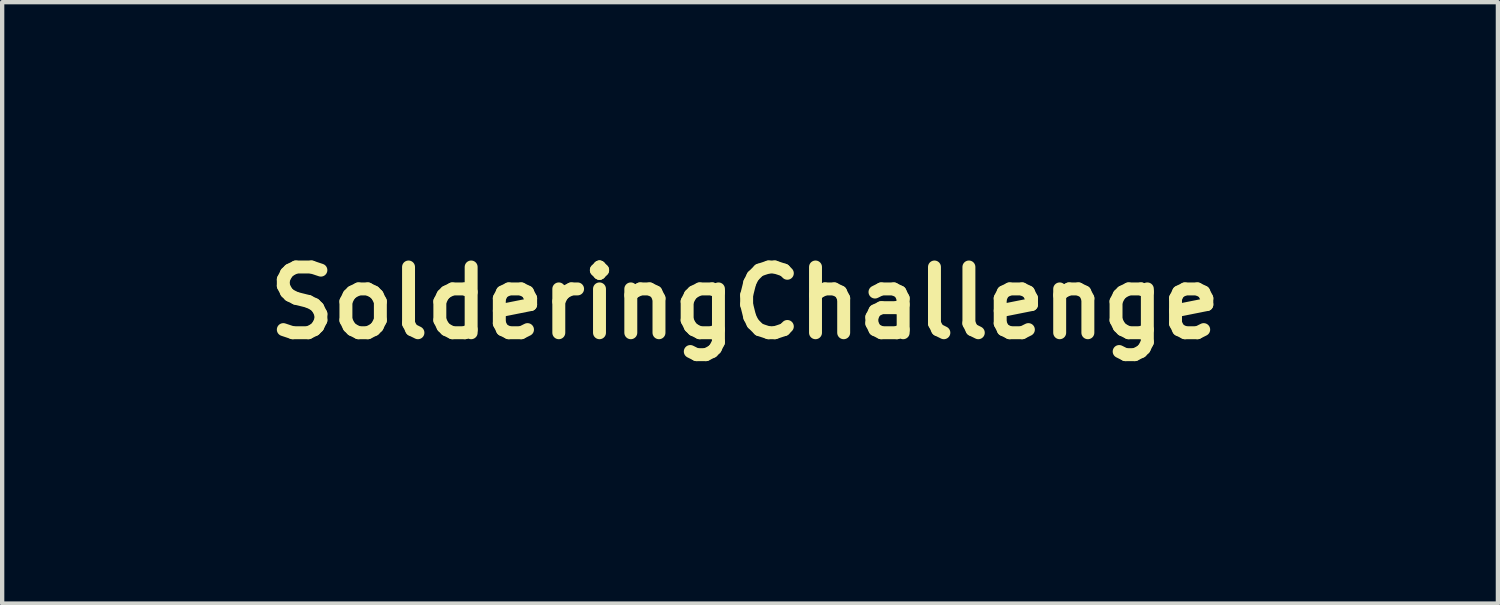
<source format=kicad_pcb>
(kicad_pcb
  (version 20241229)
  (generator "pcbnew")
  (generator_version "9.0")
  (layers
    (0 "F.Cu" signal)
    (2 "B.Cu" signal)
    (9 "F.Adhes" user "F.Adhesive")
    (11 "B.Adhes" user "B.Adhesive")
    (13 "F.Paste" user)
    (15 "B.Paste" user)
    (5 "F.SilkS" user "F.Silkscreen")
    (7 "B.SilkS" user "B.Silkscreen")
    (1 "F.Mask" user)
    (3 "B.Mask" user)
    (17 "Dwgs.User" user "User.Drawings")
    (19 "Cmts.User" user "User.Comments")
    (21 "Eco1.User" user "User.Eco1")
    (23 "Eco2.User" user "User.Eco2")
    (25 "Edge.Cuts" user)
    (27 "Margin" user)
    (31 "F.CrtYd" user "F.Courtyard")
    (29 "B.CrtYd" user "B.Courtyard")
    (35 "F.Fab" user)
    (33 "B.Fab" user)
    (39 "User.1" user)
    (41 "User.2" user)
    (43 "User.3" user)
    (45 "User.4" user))
  (footprint "SolderingChallenge"
    (layer "F.Cu")
    (at 14.222 3.974)
    (property "Reference" "SolderingChallenge" (at 0 0 0) (layer "F.SilkS") (effects (font (size 1.524 1.524) (thickness 0.3))))
    (attr through_hole)
    (fp_poly (pts (xy -3.651 -0.476) (xy -4.842 -0.476) (xy -4.842 -3.81) (xy -3.651 -3.81) (xy -3.651 -0.476)) (stroke (width 0.01) (type solid)) (fill yes) (layer "F.Mask"))
    (fp_poly (pts (xy 3.175 3.81) (xy 1.984 3.81) (xy 1.984 0.476) (xy 3.175 0.476) (xy 3.175 3.81)) (stroke (width 0.01) (type solid)) (fill yes) (layer "F.Mask"))
    (fp_poly (pts (xy 13.97 2.034) (xy 13.936 2.51) (xy 13.829 2.679) (xy 13.645 2.546) (xy 13.529 2.378) (xy 13.419 2.106) (xy 13.524 1.858) (xy 13.649 1.713) (xy 13.97 1.369) (xy 13.97 2.034)) (stroke (width 0.01) (type solid)) (fill yes) (layer "F.Mask"))
    (fp_poly (pts (xy 14.253 0.5) (xy 14.413 0.626) (xy 14.446 0.93) (xy 14.446 0.953) (xy 14.418 1.286) (xy 14.306 1.379) (xy 14.067 1.23) (xy 13.752 0.932) (xy 13.295 0.476) (xy 13.871 0.476) (xy 14.253 0.5)) (stroke (width 0.01) (type solid)) (fill yes) (layer "F.Mask"))
    (fp_poly (pts (xy 0.597 -2.58) (xy 0.624 -2.123) (xy 0.606 -1.879) (xy 0.547 -1.641) (xy 0.428 -1.695) (xy 0.334 -1.804) (xy 0.197 -2.051) (xy 0.247 -2.336) (xy 0.325 -2.505) (xy 0.475 -2.79) (xy 0.548 -2.805) (xy 0.597 -2.58)) (stroke (width 0.01) (type solid)) (fill yes) (layer "F.Mask"))
    (fp_poly (pts (xy 0.967 -3.773) (xy 1.095 -3.595) (xy 1.111 -3.334) (xy 1.1 -3.002) (xy 1.072 -2.865) (xy 1.072 -2.865) (xy 0.948 -2.973) (xy 0.688 -3.234) (xy 0.585 -3.341) (xy 0.139 -3.81) (xy 0.625 -3.81) (xy 0.967 -3.773)) (stroke (width 0.01) (type solid)) (fill yes) (layer "F.Mask"))
    (fp_poly (pts (xy 1.092 -1.312) (xy 1.106 -0.992) (xy 1.08 -0.638) (xy 0.924 -0.501) (xy 0.595 -0.481) (xy 0.263 -0.498) (xy 0.207 -0.564) (xy 0.37 -0.707) (xy 0.716 -1.026) (xy 0.881 -1.217) (xy 1.03 -1.384) (xy 1.092 -1.312)) (stroke (width 0.01) (type solid)) (fill yes) (layer "F.Mask"))
    (fp_poly (pts (xy 4.301 0.514) (xy 4.429 0.691) (xy 4.445 0.953) (xy 4.434 1.285) (xy 4.406 1.421) (xy 4.405 1.421) (xy 4.282 1.313) (xy 4.022 1.052) (xy 3.919 0.945) (xy 3.473 0.476) (xy 3.959 0.476) (xy 4.301 0.514)) (stroke (width 0.01) (type solid)) (fill yes) (layer "F.Mask"))
    (fp_poly (pts (xy 4.426 2.974) (xy 4.44 3.294) (xy 4.413 3.648) (xy 4.258 3.786) (xy 3.929 3.805) (xy 3.596 3.789) (xy 3.541 3.723) (xy 3.704 3.58) (xy 4.05 3.261) (xy 4.215 3.069) (xy 4.364 2.902) (xy 4.426 2.974)) (stroke (width 0.01) (type solid)) (fill yes) (layer "F.Mask"))
    (fp_poly (pts (xy 14.426 2.996) (xy 14.446 3.329) (xy 14.446 3.334) (xy 14.414 3.656) (xy 14.253 3.787) (xy 13.903 3.81) (xy 13.359 3.81) (xy 13.836 3.334) (xy 14.143 3.041) (xy 14.347 2.873) (xy 14.379 2.857) (xy 14.426 2.996)) (stroke (width 0.01) (type solid)) (fill yes) (layer "F.Mask"))
    (fp_poly (pts (xy -11.589 3.165) (xy -11.589 3.178) (xy -11.71 3.486) (xy -11.942 3.722) (xy -12.299 3.927) (xy -12.51 3.959) (xy -12.541 3.902) (xy -12.44 3.759) (xy -12.185 3.48) (xy -12.065 3.358) (xy -11.767 3.081) (xy -11.626 3.023) (xy -11.589 3.165)) (stroke (width 0.01) (type solid)) (fill yes) (layer "F.Mask"))
    (fp_poly (pts (xy 0.37 0.493) (xy 0.555 0.551) (xy 0.51 0.665) (xy 0.508 0.667) (xy 0.406 0.938) (xy 0.341 1.491) (xy 0.318 2.291) (xy 0.318 2.334) (xy 0.318 3.81) (xy -0.873 3.81) (xy -0.873 0.476) (xy -0.087 0.476) (xy 0.37 0.493)) (stroke (width 0.01) (type solid)) (fill yes) (layer "F.Mask"))
    (fp_poly (pts (xy 3.967 1.762) (xy 3.969 2.108) (xy 3.959 2.546) (xy 3.933 2.816) (xy 3.916 2.857) (xy 3.812 2.735) (xy 3.659 2.475) (xy 3.539 2.14) (xy 3.634 1.843) (xy 3.712 1.725) (xy 3.866 1.521) (xy 3.942 1.519) (xy 3.967 1.762)) (stroke (width 0.01) (type solid)) (fill yes) (layer "F.Mask"))
    (fp_poly (pts (xy -5.263 -1.483) (xy -5.245 -1.169) (xy -5.244 -1.072) (xy -5.262 -0.682) (xy -5.377 -0.515) (xy -5.668 -0.477) (xy -5.743 -0.476) (xy -6.075 -0.49) (xy -6.134 -0.567) (xy -5.974 -0.754) (xy -5.649 -1.122) (xy -5.475 -1.349) (xy -5.328 -1.529) (xy -5.263 -1.483)) (stroke (width 0.01) (type solid)) (fill yes) (layer "F.Mask"))
    (fp_poly (pts (xy 1.563 2.803) (xy 1.581 3.118) (xy 1.582 3.215) (xy 1.565 3.605) (xy 1.45 3.772) (xy 1.159 3.81) (xy 1.083 3.81) (xy 0.752 3.796) (xy 0.692 3.719) (xy 0.853 3.532) (xy 1.177 3.164) (xy 1.352 2.937) (xy 1.498 2.757) (xy 1.563 2.803)) (stroke (width 0.01) (type solid)) (fill yes) (layer "F.Mask"))
    (fp_poly (pts (xy -11.911 -3.862) (xy -11.778 -3.716) (xy -11.748 -3.359) (xy -11.748 -3.294) (xy -11.774 -2.852) (xy -11.853 -2.722) (xy -11.985 -2.904) (xy -12.067 -3.1) (xy -12.265 -3.435) (xy -12.459 -3.593) (xy -12.684 -3.732) (xy -12.613 -3.841) (xy -12.271 -3.889) (xy -12.224 -3.889) (xy -11.911 -3.862)) (stroke (width 0.01) (type solid)) (fill yes) (layer "F.Mask"))
    (fp_poly (pts (xy 13.461 -3.868) (xy 13.616 -3.74) (xy 13.652 -3.411) (xy 13.652 -3.294) (xy 13.61 -2.856) (xy 13.493 -2.718) (xy 13.316 -2.884) (xy 13.203 -3.1) (xy 12.985 -3.432) (xy 12.781 -3.593) (xy 12.556 -3.73) (xy 12.627 -3.835) (xy 12.971 -3.887) (xy 13.097 -3.889) (xy 13.461 -3.868)) (stroke (width 0.01) (type solid)) (fill yes) (layer "F.Mask"))
    (fp_poly (pts (xy -13.827 -1.46) (xy -13.811 -1.361) (xy -13.696 -1.112) (xy -13.417 -0.824) (xy -13.409 -0.818) (xy -13.151 -0.567) (xy -13.178 -0.438) (xy -13.498 -0.421) (xy -13.692 -0.441) (xy -13.991 -0.523) (xy -14.111 -0.733) (xy -14.129 -1.042) (xy -14.088 -1.405) (xy -13.989 -1.584) (xy -13.97 -1.587) (xy -13.827 -1.46)) (stroke (width 0.01) (type solid)) (fill yes) (layer "F.Mask"))
    (fp_poly (pts (xy -1.321 2.845) (xy -1.271 3.169) (xy -1.27 3.245) (xy -1.294 3.621) (xy -1.424 3.775) (xy -1.748 3.802) (xy -1.786 3.802) (xy -2.128 3.788) (xy -2.183 3.728) (xy -1.984 3.572) (xy -1.945 3.544) (xy -1.679 3.289) (xy -1.587 3.086) (xy -1.482 2.824) (xy -1.429 2.778) (xy -1.321 2.845)) (stroke (width 0.01) (type solid)) (fill yes) (layer "F.Mask"))
    (fp_poly (pts (xy 7.922 -1.78) (xy 8.022 -1.13) (xy 8.169 -0.726) (xy 8.255 -0.632) (xy 8.328 -0.533) (xy 8.126 -0.486) (xy 7.873 -0.479) (xy 7.485 -0.488) (xy 7.363 -0.547) (xy 7.456 -0.699) (xy 7.516 -0.767) (xy 7.708 -1.171) (xy 7.799 -1.821) (xy 7.803 -1.918) (xy 7.827 -2.778) (xy 7.922 -1.78)) (stroke (width 0.01) (type solid)) (fill yes) (layer "F.Mask"))
    (fp_poly (pts (xy 10.597 0.402) (xy 10.996 0.456) (xy 11.18 0.605) (xy 11.244 0.873) (xy 11.234 1.305) (xy 11.101 1.482) (xy 10.892 1.38) (xy 10.725 1.129) (xy 10.492 0.797) (xy 10.26 0.638) (xy 10.235 0.635) (xy 10.026 0.561) (xy 10.001 0.501) (xy 10.141 0.423) (xy 10.487 0.397) (xy 10.597 0.402)) (stroke (width 0.01) (type solid)) (fill yes) (layer "F.Mask"))
    (fp_poly (pts (xy 11.162 2.818) (xy 11.015 3.379) (xy 10.742 3.713) (xy 10.377 3.877) (xy 10.175 3.914) (xy 10.09 3.817) (xy 10.094 3.515) (xy 10.122 3.243) (xy 10.143 2.714) (xy 10.049 2.425) (xy 9.984 2.367) (xy 9.965 2.277) (xy 10.256 2.231) (xy 10.507 2.225) (xy 11.251 2.223) (xy 11.162 2.818)) (stroke (width 0.01) (type solid)) (fill yes) (layer "F.Mask"))
    (fp_poly (pts (xy 13.176 3.81) (xy 12.43 3.81) (xy 11.99 3.793) (xy 11.822 3.732) (xy 11.874 3.619) (xy 11.978 3.351) (xy 12.044 2.824) (xy 12.065 2.143) (xy 12.041 1.423) (xy 11.972 0.909) (xy 11.874 0.667) (xy 11.825 0.55) (xy 12.007 0.491) (xy 12.43 0.476) (xy 13.176 0.476) (xy 13.176 3.81)) (stroke (width 0.01) (type solid)) (fill yes) (layer "F.Mask"))
    (fp_poly (pts (xy -11.766 0.42) (xy -11.629 0.547) (xy -11.59 0.867) (xy -11.589 1.072) (xy -11.601 1.484) (xy -11.633 1.722) (xy -11.649 1.746) (xy -11.744 1.617) (xy -11.893 1.303) (xy -11.902 1.281) (xy -12.104 0.927) (xy -12.318 0.731) (xy -12.531 0.586) (xy -12.46 0.461) (xy -12.136 0.398) (xy -12.065 0.397) (xy -11.766 0.42)) (stroke (width 0.01) (type solid)) (fill yes) (layer "F.Mask"))
    (fp_poly (pts (xy 10.33 -3.784) (xy 10.4 -3.689) (xy 10.349 -3.608) (xy 10.236 -3.334) (xy 10.15 -2.884) (xy 10.131 -2.696) (xy 10.084 -2.289) (xy 10.019 -2.184) (xy 9.962 -2.275) (xy 9.869 -2.659) (xy 9.842 -2.997) (xy 9.776 -3.39) (xy 9.652 -3.62) (xy 9.588 -3.75) (xy 9.775 -3.804) (xy 9.989 -3.81) (xy 10.33 -3.784)) (stroke (width 0.01) (type solid)) (fill yes) (layer "F.Mask"))
    (fp_poly (pts (xy -9.631 0.493) (xy -9.447 0.551) (xy -9.491 0.665) (xy -9.493 0.667) (xy -9.591 0.915) (xy -9.656 1.372) (xy -9.687 1.95) (xy -9.685 2.559) (xy -9.65 3.114) (xy -9.582 3.526) (xy -9.485 3.705) (xy -9.51 3.752) (xy -9.787 3.786) (xy -10.081 3.797) (xy -10.874 3.81) (xy -10.874 0.476) (xy -10.089 0.476) (xy -9.631 0.493)) (stroke (width 0.01) (type solid)) (fill yes) (layer "F.Mask"))
    (fp_poly (pts (xy -0.159 -0.476) (xy -0.913 -0.489) (xy -1.307 -0.51) (xy -1.489 -0.551) (xy -1.468 -0.581) (xy -1.363 -0.752) (xy -1.299 -1.178) (xy -1.271 -1.886) (xy -1.27 -2.143) (xy -1.287 -2.936) (xy -1.341 -3.44) (xy -1.434 -3.681) (xy -1.468 -3.705) (xy -1.446 -3.753) (xy -1.173 -3.787) (xy -0.913 -3.797) (xy -0.159 -3.81) (xy -0.159 -0.476)) (stroke (width 0.01) (type solid)) (fill yes) (layer "F.Mask"))
    (fp_poly (pts (xy -9.993 -3.82) (xy -9.955 -3.417) (xy -9.93 -2.822) (xy -9.922 -2.143) (xy -9.922 -0.328) (xy -10.047 -0.387) (xy -10.239 -0.468) (xy -10.775 -0.82) (xy -11.086 -1.366) (xy -11.192 -2.134) (xy -11.192 -2.173) (xy -11.171 -2.706) (xy -11.073 -3.052) (xy -10.849 -3.341) (xy -10.673 -3.506) (xy -10.332 -3.788) (xy -10.088 -3.952) (xy -10.038 -3.969) (xy -9.993 -3.82)) (stroke (width 0.01) (type solid)) (fill yes) (layer "F.Mask"))
    (fp_poly (pts (xy -9.168 -3.88) (xy -8.863 -3.664) (xy -8.836 -3.643) (xy -8.408 -3.134) (xy -8.194 -2.508) (xy -8.185 -1.843) (xy -8.371 -1.219) (xy -8.744 -0.717) (xy -9.207 -0.441) (xy -9.311 -0.447) (xy -9.381 -0.581) (xy -9.422 -0.894) (xy -9.441 -1.431) (xy -9.446 -2.163) (xy -9.438 -2.878) (xy -9.416 -3.459) (xy -9.384 -3.843) (xy -9.348 -3.969) (xy -9.168 -3.88)) (stroke (width 0.01) (type solid)) (fill yes) (layer "F.Mask"))
    (fp_poly (pts (xy -6.321 -2.143) (xy -6.37 -0.476) (xy -7.106 -0.476) (xy -7.542 -0.494) (xy -7.706 -0.556) (xy -7.652 -0.667) (xy -7.551 -0.927) (xy -7.487 -1.405) (xy -7.461 -2.003) (xy -7.471 -2.623) (xy -7.518 -3.166) (xy -7.602 -3.536) (xy -7.652 -3.62) (xy -7.699 -3.734) (xy -7.518 -3.793) (xy -7.065 -3.81) (xy -7.056 -3.81) (xy -6.271 -3.811) (xy -6.321 -2.143)) (stroke (width 0.01) (type solid)) (fill yes) (layer "F.Mask"))
    (fp_poly (pts (xy -2.352 2.143) (xy -2.402 3.81) (xy -3.138 3.81) (xy -3.574 3.793) (xy -3.737 3.73) (xy -3.683 3.619) (xy -3.582 3.359) (xy -3.519 2.881) (xy -3.492 2.283) (xy -3.502 1.664) (xy -3.549 1.12) (xy -3.633 0.75) (xy -3.683 0.667) (xy -3.731 0.552) (xy -3.55 0.493) (xy -3.096 0.476) (xy -3.088 0.476) (xy -2.302 0.476) (xy -2.352 2.143)) (stroke (width 0.01) (type solid)) (fill yes) (layer "F.Mask"))
    (fp_poly (pts (xy 5.484 1.709) (xy 5.541 2.125) (xy 5.556 2.518) (xy 5.588 3.049) (xy 5.669 3.461) (xy 5.747 3.619) (xy 5.81 3.749) (xy 5.623 3.803) (xy 5.397 3.81) (xy 5.055 3.787) (xy 4.985 3.701) (xy 5.048 3.619) (xy 5.152 3.361) (xy 5.22 2.884) (xy 5.239 2.42) (xy 5.261 1.853) (xy 5.325 1.547) (xy 5.397 1.508) (xy 5.484 1.709)) (stroke (width 0.01) (type solid)) (fill yes) (layer "F.Mask"))
    (fp_poly (pts (xy 6.747 -0.476) (xy 5.961 -0.476) (xy 5.504 -0.493) (xy 5.319 -0.551) (xy 5.364 -0.665) (xy 5.366 -0.667) (xy 5.466 -0.927) (xy 5.53 -1.405) (xy 5.557 -2.003) (xy 5.547 -2.623) (xy 5.499 -3.166) (xy 5.415 -3.536) (xy 5.366 -3.62) (xy 5.318 -3.734) (xy 5.499 -3.793) (xy 5.952 -3.81) (xy 5.961 -3.81) (xy 6.747 -3.81) (xy 6.747 -0.476)) (stroke (width 0.01) (type solid)) (fill yes) (layer "F.Mask"))
    (fp_poly (pts (xy 7.948 0.502) (xy 8.019 0.597) (xy 7.968 0.678) (xy 7.852 0.954) (xy 7.766 1.402) (xy 7.75 1.566) (xy 7.696 1.952) (xy 7.618 2.136) (xy 7.58 2.132) (xy 7.501 1.905) (xy 7.462 1.506) (xy 7.461 1.434) (xy 7.412 0.997) (xy 7.29 0.689) (xy 7.271 0.667) (xy 7.207 0.537) (xy 7.394 0.482) (xy 7.608 0.476) (xy 7.948 0.502)) (stroke (width 0.01) (type solid)) (fill yes) (layer "F.Mask"))
    (fp_poly (pts (xy -13.017 0.525) (xy -12.969 0.763) (xy -12.946 1.2) (xy -12.938 1.887) (xy -12.938 2.168) (xy -12.945 2.881) (xy -12.962 3.459) (xy -12.989 3.84) (xy -13.018 3.962) (xy -13.199 3.89) (xy -13.521 3.726) (xy -13.922 3.348) (xy -14.152 2.802) (xy -14.217 2.168) (xy -14.127 1.531) (xy -13.887 0.97) (xy -13.506 0.569) (xy -13.22 0.442) (xy -13.098 0.435) (xy -13.017 0.525)) (stroke (width 0.01) (type solid)) (fill yes) (layer "F.Mask"))
    (fp_poly (pts (xy 9.493 -2.638) (xy 9.914 -1.811) (xy 10.132 -1.169) (xy 10.148 -0.728) (xy 9.957 -0.503) (xy 9.794 -0.476) (xy 9.6 -0.527) (xy 9.387 -0.707) (xy 9.12 -1.06) (xy 8.764 -1.629) (xy 8.515 -2.053) (xy 8.136 -2.687) (xy 7.799 -3.213) (xy 7.542 -3.574) (xy 7.413 -3.708) (xy 7.444 -3.753) (xy 7.725 -3.786) (xy 8.025 -3.797) (xy 8.827 -3.81) (xy 9.493 -2.638)) (stroke (width 0.01) (type solid)) (fill yes) (layer "F.Mask"))
    (fp_poly (pts (xy 13.204 -2.195) (xy 13.467 -2.091) (xy 13.591 -1.815) (xy 13.621 -1.579) (xy 13.574 -1.048) (xy 13.382 -0.765) (xy 13.05 -0.539) (xy 12.707 -0.399) (xy 12.453 -0.376) (xy 12.383 -0.456) (xy 12.498 -0.682) (xy 12.541 -0.714) (xy 12.668 -0.95) (xy 12.691 -1.331) (xy 12.614 -1.705) (xy 12.515 -1.868) (xy 12.457 -2.053) (xy 12.65 -2.178) (xy 13.029 -2.212) (xy 13.204 -2.195)) (stroke (width 0.01) (type solid)) (fill yes) (layer "F.Mask"))
    (fp_poly (pts (xy 5.654 0.507) (xy 6.036 0.54) (xy 6.301 0.62) (xy 6.522 0.804) (xy 6.77 1.149) (xy 7.087 1.667) (xy 7.516 2.468) (xy 7.742 3.099) (xy 7.763 3.541) (xy 7.577 3.776) (xy 7.389 3.81) (xy 7.16 3.759) (xy 6.932 3.57) (xy 6.656 3.193) (xy 6.335 2.659) (xy 5.969 2.043) (xy 5.607 1.465) (xy 5.319 1.034) (xy 5.281 0.983) (xy 4.891 0.458) (xy 5.654 0.507)) (stroke (width 0.01) (type solid)) (fill yes) (layer "F.Mask"))
    (fp_poly (pts (xy 9.772 0.486) (xy 9.69 0.706) (xy 9.667 0.735) (xy 9.584 1.008) (xy 9.543 1.55) (xy 9.545 2.317) (xy 9.549 2.456) (xy 9.573 3.104) (xy 9.591 3.61) (xy 9.602 3.909) (xy 9.604 3.959) (xy 9.479 3.9) (xy 9.264 3.811) (xy 8.788 3.456) (xy 8.495 2.878) (xy 8.414 2.259) (xy 8.518 1.482) (xy 8.813 0.882) (xy 9.259 0.518) (xy 9.613 0.415) (xy 9.772 0.486)) (stroke (width 0.01) (type solid)) (fill yes) (layer "F.Mask"))
    (fp_poly (pts (xy -6.2 1.361) (xy -6.203 1.572) (xy -6.254 1.924) (xy -6.349 2.359) (xy -6.423 2.625) (xy -6.553 3.17) (xy -6.54 3.5) (xy -6.483 3.603) (xy -6.428 3.746) (xy -6.617 3.804) (xy -6.818 3.81) (xy -7.148 3.794) (xy -7.207 3.715) (xy -7.08 3.565) (xy -6.886 3.259) (xy -6.705 2.799) (xy -6.663 2.652) (xy -6.52 2.129) (xy -6.382 1.67) (xy -6.354 1.587) (xy -6.249 1.347) (xy -6.2 1.361)) (stroke (width 0.01) (type solid)) (fill yes) (layer "F.Mask"))
    (fp_poly (pts (xy 12.215 -3.854) (xy 12.143 -3.67) (xy 12.094 -3.617) (xy 12 -3.365) (xy 11.938 -2.895) (xy 11.91 -2.304) (xy 11.915 -1.689) (xy 11.955 -1.147) (xy 12.029 -0.776) (xy 12.079 -0.685) (xy 12.168 -0.498) (xy 12.023 -0.42) (xy 11.718 -0.481) (xy 11.655 -0.508) (xy 11.252 -0.842) (xy 10.944 -1.368) (xy 10.799 -1.964) (xy 10.795 -2.064) (xy 10.899 -2.712) (xy 11.173 -3.299) (xy 11.56 -3.716) (xy 11.696 -3.794) (xy 12.049 -3.903) (xy 12.215 -3.854)) (stroke (width 0.01) (type solid)) (fill yes) (layer "F.Mask"))
    (fp_poly (pts (xy 2.857 -2.334) (xy 2.879 -1.523) (xy 2.942 -0.958) (xy 3.042 -0.673) (xy 3.048 -0.667) (xy 3.093 -0.554) (xy 2.913 -0.495) (xy 2.464 -0.476) (xy 2.407 -0.476) (xy 1.93 -0.486) (xy 1.708 -0.533) (xy 1.679 -0.648) (xy 1.741 -0.783) (xy 1.834 -1.121) (xy 1.888 -1.645) (xy 1.903 -2.254) (xy 1.879 -2.851) (xy 1.819 -3.336) (xy 1.722 -3.611) (xy 1.714 -3.62) (xy 1.66 -3.741) (xy 1.844 -3.798) (xy 2.191 -3.81) (xy 2.857 -3.81) (xy 2.857 -2.334)) (stroke (width 0.01) (type solid)) (fill yes) (layer "F.Mask"))
    (fp_poly (pts (xy -2.753 -3.7) (xy -2.398 -3.431) (xy -2.369 -3.4) (xy -2.125 -3.064) (xy -2.01 -2.655) (xy -1.984 -2.143) (xy -2.019 -1.568) (xy -2.149 -1.176) (xy -2.369 -0.886) (xy -2.718 -0.607) (xy -3.051 -0.477) (xy -3.076 -0.476) (xy -3.289 -0.513) (xy -3.22 -0.654) (xy -3.207 -0.667) (xy -3.106 -0.927) (xy -3.042 -1.405) (xy -3.016 -2.003) (xy -3.026 -2.623) (xy -3.073 -3.166) (xy -3.157 -3.536) (xy -3.207 -3.62) (xy -3.292 -3.768) (xy -3.098 -3.81) (xy -3.076 -3.81) (xy -2.753 -3.7)) (stroke (width 0.01) (type solid)) (fill yes) (layer "F.Mask"))
    (fp_poly (pts (xy -8.342 0.476) (xy -7.885 0.493) (xy -7.7 0.551) (xy -7.745 0.665) (xy -7.747 0.667) (xy -7.85 0.935) (xy -7.916 1.463) (xy -7.938 2.143) (xy -7.913 2.864) (xy -7.845 3.377) (xy -7.747 3.619) (xy -7.699 3.734) (xy -7.881 3.793) (xy -8.334 3.81) (xy -8.343 3.81) (xy -9.13 3.81) (xy -9.072 3.076) (xy -9.077 2.513) (xy -9.206 2.223) (xy -9.23 2.205) (xy -9.365 2.092) (xy -9.232 2.066) (xy -9.103 1.971) (xy -9.059 1.653) (xy -9.073 1.27) (xy -9.128 0.476) (xy -8.342 0.476)) (stroke (width 0.01) (type solid)) (fill yes) (layer "F.Mask"))
    (fp_poly (pts (xy -13.051 -3.884) (xy -13.089 -3.691) (xy -13.167 -3.583) (xy -13.285 -3.338) (xy -13.178 -3.107) (xy -12.815 -2.846) (xy -12.524 -2.69) (xy -11.977 -2.291) (xy -11.672 -1.814) (xy -11.618 -1.319) (xy -11.824 -0.867) (xy -12.218 -0.559) (xy -12.62 -0.368) (xy -12.813 -0.33) (xy -12.859 -0.419) (xy -12.747 -0.586) (xy -12.612 -0.701) (xy -12.44 -0.963) (xy -12.575 -1.261) (xy -13.009 -1.583) (xy -13.248 -1.709) (xy -13.795 -2.097) (xy -14.08 -2.569) (xy -14.096 -3.066) (xy -13.832 -3.53) (xy -13.566 -3.75) (xy -13.228 -3.911) (xy -13.051 -3.884)) (stroke (width 0.01) (type solid)) (fill yes) (layer "F.Mask"))
    (fp_poly (pts (xy -5.007 0.556) (xy -4.674 1.995) (xy -4.515 2.648) (xy -4.37 3.191) (xy -4.259 3.544) (xy -4.225 3.623) (xy -4.251 3.741) (xy -4.539 3.8) (xy -4.89 3.81) (xy -5.353 3.799) (xy -5.572 3.74) (xy -5.621 3.589) (xy -5.595 3.413) (xy -5.588 3.116) (xy -5.769 3.02) (xy -5.855 3.016) (xy -6.123 2.953) (xy -6.191 2.857) (xy -6.061 2.72) (xy -5.933 2.699) (xy -5.766 2.636) (xy -5.743 2.394) (xy -5.779 2.183) (xy -5.877 1.657) (xy -5.975 1.088) (xy -5.98 1.06) (xy -6.077 0.453) (xy -5.007 0.556)) (stroke (width 0.01) (type solid)) (fill yes) (layer "F.Mask"))
    (fp_poly (pts (xy 3.646 -3.782) (xy 4.115 -3.652) (xy 4.42 -3.321) (xy 4.44 -3.285) (xy 4.584 -2.973) (xy 4.548 -2.76) (xy 4.302 -2.508) (xy 4.249 -2.461) (xy 3.977 -2.208) (xy 3.931 -2.078) (xy 4.093 -1.996) (xy 4.13 -1.984) (xy 4.4 -1.766) (xy 4.548 -1.458) (xy 4.685 -1.098) (xy 4.827 -0.91) (xy 4.871 -0.737) (xy 4.692 -0.553) (xy 4.315 -0.346) (xy 3.96 -0.391) (xy 3.77 -0.489) (xy 3.549 -0.79) (xy 3.493 -1.167) (xy 3.437 -1.585) (xy 3.304 -1.872) (xy 3.302 -1.873) (xy 3.193 -2.089) (xy 3.302 -2.254) (xy 3.452 -2.584) (xy 3.483 -3.044) (xy 3.395 -3.469) (xy 3.294 -3.631) (xy 3.218 -3.76) (xy 3.377 -3.798) (xy 3.646 -3.782)) (stroke (width 0.01) (type solid)) (fill yes) (layer "F.Mask")))
  (gr_rect
    (start -3 -3)
    (end 31.674 10.941)
    (stroke (width 0.1) (type default))
    (fill no)
    (layer "Edge.Cuts")))
</source>
